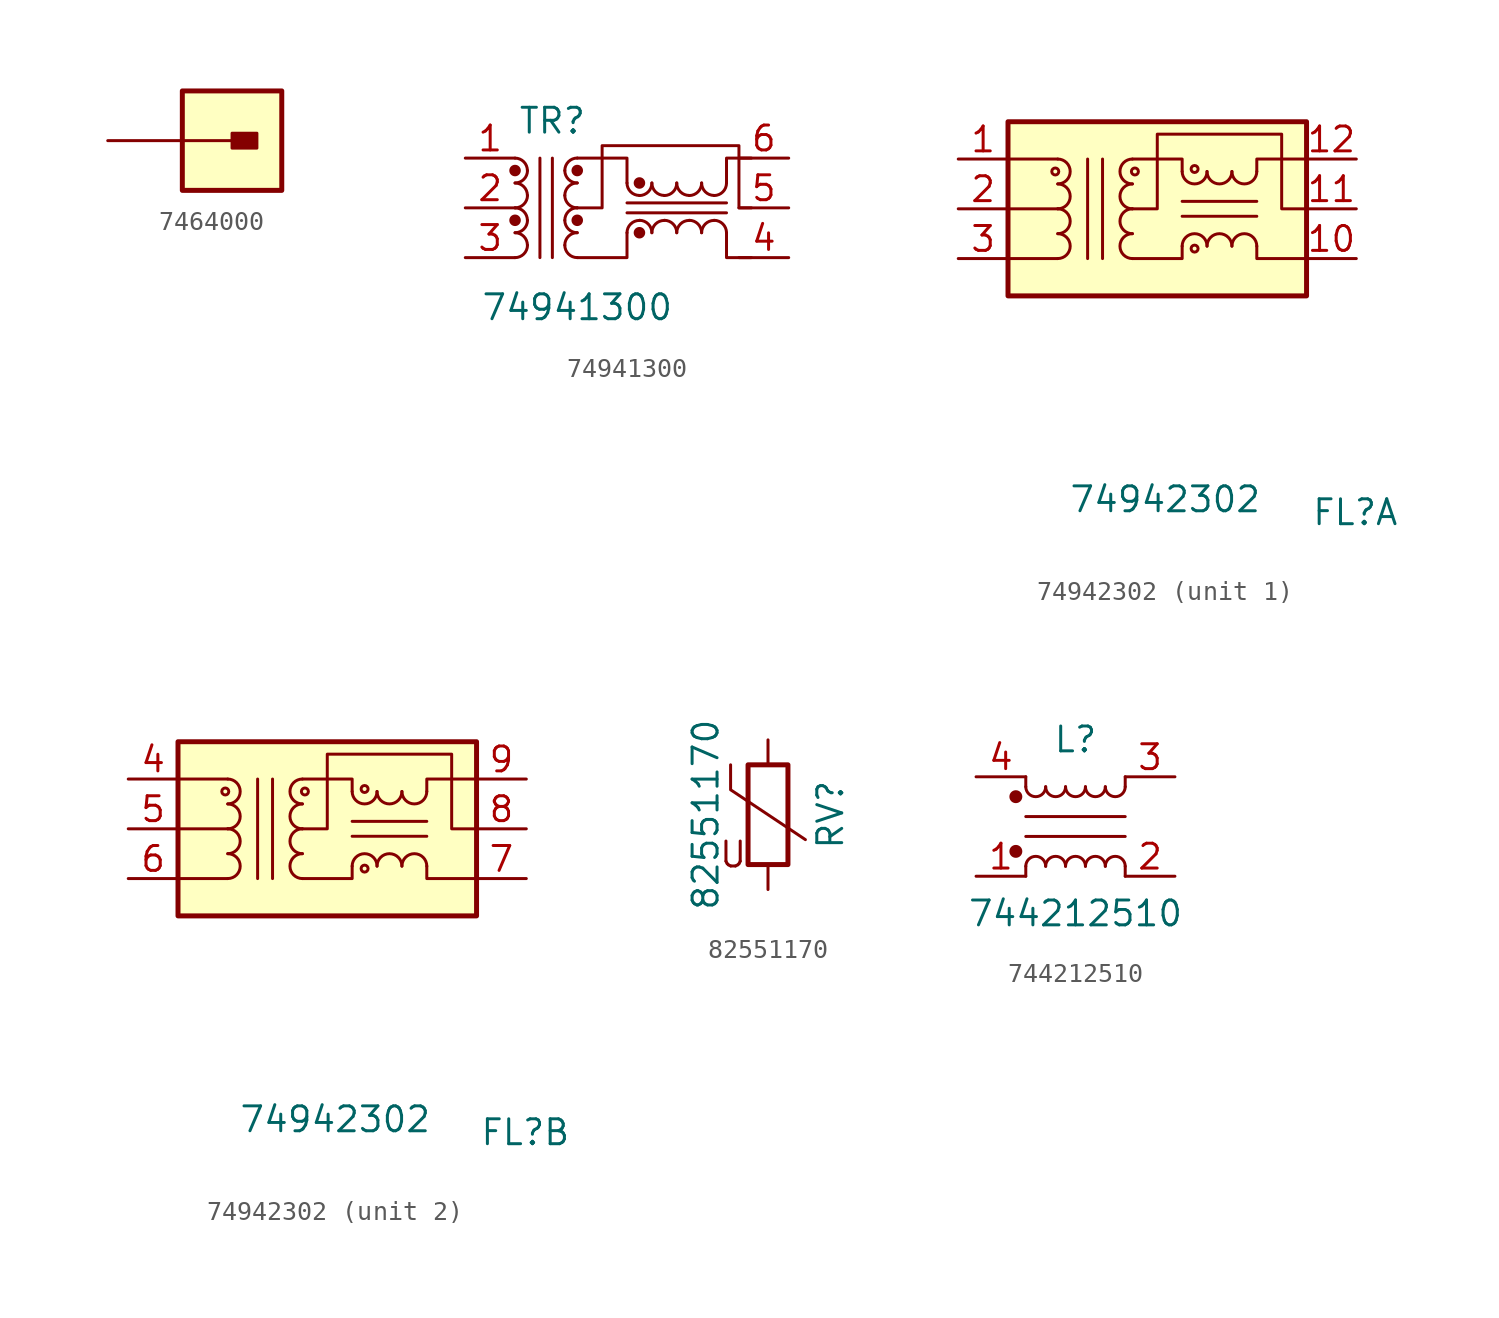
<source format=kicad_sym>
(kicad_symbol_lib
  (version 20231120)
  (generator "kicad_symbol_editor")
  (generator_version "8.0")
  (symbol "7464000"
    (pin_numbers hide)
    (pin_names hide)
    (property "Reference" "U"
      (at 2.54 5.08 0)
      (effects (font (size 1.27 1.27)) (hide yes)))
    (property "Name" ""
      (at 6.985 0 0)
      (effects (font (size 1.27 1.27))))
    (symbol "7464000_1_1"
      (polyline (pts (xy 2.54 0) (xy 0 0)) (stroke (width 0) (type default)) (fill (type none)))
      (rectangle (start 0 2.54) (end 5.08 -2.54) (stroke (width 0.254) (type default)) (fill (type background)))
      (rectangle (start 2.54 0.381) (end 3.81 -0.381) (stroke (width 0.152) (type default)) (fill (type outline)))
      (pin passive line (at -3.81 0 0) (length 3.81) (name "Pin_1" (effects (font (size 1.27 1.27)))) (number "1" (effects (font (size 1.27 1.27)))))))
  (symbol "74941300"
    (pin_names
      (offset 0) hide)
    (property "Reference" "TR"
      (at 0.635 4.445 0)
      (effects (font (size 1.27 1.27))))
    (property "Value" "74941300"
      (at 1.905 -5.08 0)
      (effects (font (size 1.27 1.27))))
    (symbol "74941300_0_1"
      (arc (start -1.27 -2.54) (mid -0.821 -2.354) (end -0.635 -1.905) (stroke (width 0) (type default)) (fill (type none)))
      (arc (start -1.27 -1.27) (mid -0.821 -1.084) (end -0.635 -0.635) (stroke (width 0) (type default)) (fill (type none)))
      (circle (center -1.27 -0.635) (radius 0.218) (stroke (width 0) (type default)) (fill (type outline)))
      (arc (start -1.27 0) (mid -0.821 0.186) (end -0.635 0.635) (stroke (width 0) (type default)) (fill (type none)))
      (arc (start -1.27 1.27) (mid -0.821 1.456) (end -0.635 1.905) (stroke (width 0) (type default)) (fill (type none)))
      (circle (center -1.27 1.905) (radius 0.218) (stroke (width 0) (type default)) (fill (type outline)))
      (arc (start -0.635 -1.905) (mid -0.821 -1.456) (end -1.27 -1.27) (stroke (width 0) (type default)) (fill (type none)))
      (arc (start -0.635 -0.635) (mid -0.821 -0.186) (end -1.27 0) (stroke (width 0) (type default)) (fill (type none)))
      (arc (start -0.635 0.635) (mid -0.821 1.084) (end -1.27 1.27) (stroke (width 0) (type default)) (fill (type none)))
      (arc (start -0.635 1.905) (mid -0.821 2.354) (end -1.27 2.54) (stroke (width 0) (type default)) (fill (type none)))
      (polyline (pts (xy 0 -2.54) (xy 0 2.54)) (stroke (width 0) (type default)) (fill (type none)))
      (polyline (pts (xy 0.635 2.54) (xy 0.635 -2.54)) (stroke (width 0) (type default)) (fill (type none)))
      (polyline (pts (xy 9.525 -0.254) (xy 4.445 -0.254)) (stroke (width 0) (type default)) (fill (type none)))
      (polyline (pts (xy 9.525 0.254) (xy 4.445 0.254)) (stroke (width 0) (type default)) (fill (type none)))
      (polyline (pts (xy 1.905 -2.54) (xy 4.445 -2.54) (xy 4.445 -1.27)) (stroke (width 0) (type default)) (fill (type none)))
      (polyline (pts (xy 4.445 1.27) (xy 4.445 2.54) (xy 1.905 2.54)) (stroke (width 0) (type default)) (fill (type none)))
      (polyline (pts (xy 9.525 -1.27) (xy 9.525 -2.54) (xy 10.795 -2.54)) (stroke (width 0) (type default)) (fill (type none)))
      (polyline (pts (xy 9.525 1.27) (xy 9.525 2.54) (xy 10.795 2.54)) (stroke (width 0) (type default)) (fill (type none)))
      (polyline (pts (xy 1.905 0) (xy 3.175 0) (xy 3.175 3.175) (xy 10.16 3.175) (xy 10.16 0) (xy 10.795 0)) (stroke (width 0) (type default)) (fill (type none)))
      (arc (start 1.27 -1.905) (mid 1.456 -2.354) (end 1.905 -2.54) (stroke (width 0) (type default)) (fill (type none)))
      (arc (start 1.27 -0.635) (mid 1.456 -1.084) (end 1.905 -1.27) (stroke (width 0) (type default)) (fill (type none)))
      (arc (start 1.27 0.635) (mid 1.456 0.186) (end 1.905 0) (stroke (width 0) (type default)) (fill (type none)))
      (arc (start 1.27 1.905) (mid 1.456 1.456) (end 1.905 1.27) (stroke (width 0) (type default)) (fill (type none)))
      (arc (start 1.905 -1.27) (mid 1.456 -1.456) (end 1.27 -1.905) (stroke (width 0) (type default)) (fill (type none)))
      (circle (center 1.905 -0.635) (radius 0.218) (stroke (width 0) (type default)) (fill (type outline)))
      (arc (start 1.905 0) (mid 1.456 -0.186) (end 1.27 -0.635) (stroke (width 0) (type default)) (fill (type none)))
      (arc (start 1.905 1.27) (mid 1.456 1.084) (end 1.27 0.635) (stroke (width 0) (type default)) (fill (type none)))
      (circle (center 1.905 1.905) (radius 0.218) (stroke (width 0) (type default)) (fill (type outline)))
      (arc (start 1.905 2.54) (mid 1.456 2.354) (end 1.27 1.905) (stroke (width 0) (type default)) (fill (type none)))
      (arc (start 4.445 1.27) (mid 4.631 0.821) (end 5.08 0.635) (stroke (width 0) (type default)) (fill (type none)))
      (circle (center 5.08 -1.27) (radius 0.218) (stroke (width 0) (type default)) (fill (type outline)))
      (arc (start 5.08 -0.635) (mid 4.631 -0.821) (end 4.445 -1.27) (stroke (width 0) (type default)) (fill (type none)))
      (arc (start 5.08 0.635) (mid 5.529 0.821) (end 5.715 1.27) (stroke (width 0) (type default)) (fill (type none)))
      (circle (center 5.08 1.27) (radius 0.218) (stroke (width 0) (type default)) (fill (type outline)))
      (arc (start 5.715 -1.27) (mid 5.529 -0.821) (end 5.08 -0.635) (stroke (width 0) (type default)) (fill (type none)))
      (arc (start 5.715 1.27) (mid 5.901 0.821) (end 6.35 0.635) (stroke (width 0) (type default)) (fill (type none)))
      (arc (start 6.35 -0.635) (mid 5.901 -0.821) (end 5.715 -1.27) (stroke (width 0) (type default)) (fill (type none)))
      (arc (start 6.35 0.635) (mid 6.799 0.821) (end 6.985 1.27) (stroke (width 0) (type default)) (fill (type none)))
      (arc (start 6.985 -1.27) (mid 6.799 -0.821) (end 6.35 -0.635) (stroke (width 0) (type default)) (fill (type none)))
      (arc (start 6.985 1.27) (mid 7.171 0.821) (end 7.62 0.635) (stroke (width 0) (type default)) (fill (type none)))
      (arc (start 7.62 -0.635) (mid 7.171 -0.821) (end 6.985 -1.27) (stroke (width 0) (type default)) (fill (type none)))
      (arc (start 7.62 0.635) (mid 8.069 0.821) (end 8.255 1.27) (stroke (width 0) (type default)) (fill (type none)))
      (arc (start 8.255 -1.27) (mid 8.069 -0.821) (end 7.62 -0.635) (stroke (width 0) (type default)) (fill (type none)))
      (arc (start 8.255 1.27) (mid 8.441 0.821) (end 8.89 0.635) (stroke (width 0) (type default)) (fill (type none)))
      (arc (start 8.89 -0.635) (mid 8.441 -0.821) (end 8.255 -1.27) (stroke (width 0) (type default)) (fill (type none)))
      (arc (start 8.89 0.635) (mid 9.339 0.821) (end 9.525 1.27) (stroke (width 0) (type default)) (fill (type none)))
      (arc (start 9.525 -1.27) (mid 9.339 -0.821) (end 8.89 -0.635) (stroke (width 0) (type default)) (fill (type none))))
    (symbol "74941300_1_1"
      (pin input line (at -3.81 2.54 0) (length 2.54) (name "1" (effects (font (size 1.27 1.27)))) (number "1" (effects (font (size 1.27 1.27)))))
      (pin input line (at -3.81 0 0) (length 2.54) (name "2" (effects (font (size 1.27 1.27)))) (number "2" (effects (font (size 1.27 1.27)))))
      (pin input line (at -3.81 -2.54 0) (length 2.54) (name "3" (effects (font (size 1.27 1.27)))) (number "3" (effects (font (size 1.27 1.27)))))
      (pin input line (at 12.7 -2.54 180) (length 2.54) (name "4" (effects (font (size 1.27 1.27)))) (number "4" (effects (font (size 1.27 1.27)))))
      (pin input line (at 12.7 0 180) (length 2.54) (name "5" (effects (font (size 1.27 1.27)))) (number "5" (effects (font (size 1.27 1.27)))))
      (pin input line (at 12.7 2.54 180) (length 2.54) (name "6" (effects (font (size 1.27 1.27)))) (number "6" (effects (font (size 1.27 1.27)))))))
  (symbol "74942302"
    (pin_names
      (offset 0.254) hide)
    (property "Reference" "FL"
      (at 10.109 -15.494 0)
      (effects (font (size 1.27 1.27))))
    (property "Value" "74942302"
      (at 0.406 -14.834 0)
      (effects (font (size 1.27 1.27))))
    (property "ki_locked" ""
      (at 0 0 0)
      (effects (font (size 1.27 1.27))))
    (symbol "74942302_1_1"
      (rectangle (start -7.62 4.445) (end 7.62 -4.445) (stroke (width 0.254) (type default)) (fill (type background)))
      (circle (center -5.207 1.905) (radius 0.178) (stroke (width 0) (type default)) (fill (type none)))
      (arc (start -5.08 -2.54) (mid -4.4477 -1.905) (end -5.08 -1.27) (stroke (width 0) (type default)) (fill (type none)))
      (arc (start -5.08 -1.27) (mid -4.4477 -0.635) (end -5.08 0) (stroke (width 0) (type default)) (fill (type none)))
      (arc (start -5.08 0) (mid -4.4477 0.635) (end -5.08 1.27) (stroke (width 0) (type default)) (fill (type none)))
      (arc (start -5.08 1.27) (mid -4.4477 1.905) (end -5.08 2.54) (stroke (width 0) (type default)) (fill (type none)))
      (arc (start -1.27 -1.27) (mid -1.9023 -1.905) (end -1.27 -2.54) (stroke (width 0) (type default)) (fill (type none)))
      (arc (start -1.27 0) (mid -1.9023 -0.635) (end -1.27 -1.27) (stroke (width 0) (type default)) (fill (type none)))
      (arc (start -1.27 1.27) (mid -1.9023 0.635) (end -1.27 0) (stroke (width 0) (type default)) (fill (type none)))
      (arc (start -1.27 2.54) (mid -1.9023 1.905) (end -1.27 1.27) (stroke (width 0) (type default)) (fill (type none)))
      (circle (center -1.143 1.905) (radius 0.178) (stroke (width 0) (type default)) (fill (type none)))
      (polyline (pts (xy -5.08 -2.54) (xy -7.62 -2.54)) (stroke (width 0) (type default)) (fill (type none)))
      (polyline (pts (xy -5.08 0) (xy -7.62 0)) (stroke (width 0) (type default)) (fill (type none)))
      (polyline (pts (xy -5.08 2.54) (xy -7.62 2.54)) (stroke (width 0) (type default)) (fill (type none)))
      (polyline (pts (xy -3.556 -2.54) (xy -3.556 2.54)) (stroke (width 0) (type default)) (fill (type none)))
      (polyline (pts (xy -2.794 2.54) (xy -2.794 -2.54)) (stroke (width 0) (type default)) (fill (type none)))
      (polyline (pts (xy 1.27 -0.381) (xy 5.08 -0.381)) (stroke (width 0) (type default)) (fill (type none)))
      (polyline (pts (xy 1.27 0.381) (xy 5.08 0.381)) (stroke (width 0) (type default)) (fill (type none)))
      (polyline (pts (xy -1.27 -2.54) (xy 1.27 -2.54) (xy 1.27 -1.905)) (stroke (width 0) (type default)) (fill (type none)))
      (polyline (pts (xy 1.27 1.905) (xy 1.27 2.54) (xy -1.27 2.54)) (stroke (width 0) (type default)) (fill (type none)))
      (polyline (pts (xy 5.08 -1.905) (xy 5.08 -2.54) (xy 7.62 -2.54)) (stroke (width 0) (type default)) (fill (type none)))
      (polyline (pts (xy 5.08 1.905) (xy 5.08 2.54) (xy 7.62 2.54)) (stroke (width 0) (type default)) (fill (type none)))
      (polyline (pts (xy -1.27 0) (xy 0 0) (xy 0 3.81) (xy 6.35 3.81) (xy 6.35 0) (xy 7.62 0)) (stroke (width 0) (type default)) (fill (type none)))
      (arc (start 1.27 1.905) (mid 1.905 1.2727) (end 2.54 1.905) (stroke (width 0) (type default)) (fill (type none)))
      (circle (center 1.905 -2.032) (radius 0.178) (stroke (width 0) (type default)) (fill (type none)))
      (circle (center 1.905 2.032) (radius 0.178) (stroke (width 0) (type default)) (fill (type none)))
      (arc (start 2.54 -1.905) (mid 1.905 -1.2727) (end 1.27 -1.905) (stroke (width 0) (type default)) (fill (type none)))
      (arc (start 2.54 1.905) (mid 3.175 1.2727) (end 3.81 1.905) (stroke (width 0) (type default)) (fill (type none)))
      (arc (start 3.81 -1.905) (mid 3.175 -1.2727) (end 2.54 -1.905) (stroke (width 0) (type default)) (fill (type none)))
      (arc (start 3.81 1.905) (mid 4.445 1.2727) (end 5.08 1.905) (stroke (width 0) (type default)) (fill (type none)))
      (arc (start 5.08 -1.905) (mid 4.445 -1.2727) (end 3.81 -1.905) (stroke (width 0) (type default)) (fill (type none)))
      (pin passive line (at -10.16 2.54 0) (length 2.54) (name "RD+" (effects (font (size 1.27 1.27)))) (number "1" (effects (font (size 1.27 1.27)))))
      (pin passive line (at 10.16 -2.54 180) (length 2.54) (name "RX-" (effects (font (size 1.27 1.27)))) (number "10" (effects (font (size 1.27 1.27)))))
      (pin passive line (at 10.16 0 180) (length 2.54) (name "11" (effects (font (size 1.27 1.27)))) (number "11" (effects (font (size 1.27 1.27)))))
      (pin passive line (at 10.16 2.54 180) (length 2.54) (name "12" (effects (font (size 1.27 1.27)))) (number "12" (effects (font (size 1.27 1.27)))))
      (pin passive line (at -10.16 0 0) (length 2.54) (name "RCT" (effects (font (size 1.27 1.27)))) (number "2" (effects (font (size 1.27 1.27)))))
      (pin passive line (at -10.16 -2.54 0) (length 2.54) (name "RD-" (effects (font (size 1.27 1.27)))) (number "3" (effects (font (size 1.27 1.27))))))
    (symbol "74942302_2_1"
      (rectangle (start -7.62 4.445) (end 7.62 -4.445) (stroke (width 0.254) (type default)) (fill (type background)))
      (circle (center -5.207 1.905) (radius 0.178) (stroke (width 0) (type default)) (fill (type none)))
      (arc (start -5.08 -2.54) (mid -4.4477 -1.905) (end -5.08 -1.27) (stroke (width 0) (type default)) (fill (type none)))
      (arc (start -5.08 -1.27) (mid -4.4477 -0.635) (end -5.08 0) (stroke (width 0) (type default)) (fill (type none)))
      (arc (start -5.08 0) (mid -4.4477 0.635) (end -5.08 1.27) (stroke (width 0) (type default)) (fill (type none)))
      (arc (start -5.08 1.27) (mid -4.4477 1.905) (end -5.08 2.54) (stroke (width 0) (type default)) (fill (type none)))
      (arc (start -1.27 -1.27) (mid -1.9023 -1.905) (end -1.27 -2.54) (stroke (width 0) (type default)) (fill (type none)))
      (arc (start -1.27 0) (mid -1.9023 -0.635) (end -1.27 -1.27) (stroke (width 0) (type default)) (fill (type none)))
      (arc (start -1.27 1.27) (mid -1.9023 0.635) (end -1.27 0) (stroke (width 0) (type default)) (fill (type none)))
      (arc (start -1.27 2.54) (mid -1.9023 1.905) (end -1.27 1.27) (stroke (width 0) (type default)) (fill (type none)))
      (circle (center -1.143 1.905) (radius 0.178) (stroke (width 0) (type default)) (fill (type none)))
      (polyline (pts (xy -5.08 -2.54) (xy -7.62 -2.54)) (stroke (width 0) (type default)) (fill (type none)))
      (polyline (pts (xy -5.08 0) (xy -7.62 0)) (stroke (width 0) (type default)) (fill (type none)))
      (polyline (pts (xy -5.08 2.54) (xy -7.62 2.54)) (stroke (width 0) (type default)) (fill (type none)))
      (polyline (pts (xy -3.556 -2.54) (xy -3.556 2.54)) (stroke (width 0) (type default)) (fill (type none)))
      (polyline (pts (xy -2.794 2.54) (xy -2.794 -2.54)) (stroke (width 0) (type default)) (fill (type none)))
      (polyline (pts (xy 1.27 -0.381) (xy 5.08 -0.381)) (stroke (width 0) (type default)) (fill (type none)))
      (polyline (pts (xy 1.27 0.381) (xy 5.08 0.381)) (stroke (width 0) (type default)) (fill (type none)))
      (polyline (pts (xy -1.27 -2.54) (xy 1.27 -2.54) (xy 1.27 -1.905)) (stroke (width 0) (type default)) (fill (type none)))
      (polyline (pts (xy 1.27 1.905) (xy 1.27 2.54) (xy -1.27 2.54)) (stroke (width 0) (type default)) (fill (type none)))
      (polyline (pts (xy 5.08 -1.905) (xy 5.08 -2.54) (xy 7.62 -2.54)) (stroke (width 0) (type default)) (fill (type none)))
      (polyline (pts (xy 5.08 1.905) (xy 5.08 2.54) (xy 7.62 2.54)) (stroke (width 0) (type default)) (fill (type none)))
      (polyline (pts (xy -1.27 0) (xy 0 0) (xy 0 3.81) (xy 6.35 3.81) (xy 6.35 0) (xy 7.62 0)) (stroke (width 0) (type default)) (fill (type none)))
      (arc (start 1.27 1.905) (mid 1.905 1.2727) (end 2.54 1.905) (stroke (width 0) (type default)) (fill (type none)))
      (circle (center 1.905 -2.032) (radius 0.178) (stroke (width 0) (type default)) (fill (type none)))
      (circle (center 1.905 2.032) (radius 0.178) (stroke (width 0) (type default)) (fill (type none)))
      (arc (start 2.54 -1.905) (mid 1.905 -1.2727) (end 1.27 -1.905) (stroke (width 0) (type default)) (fill (type none)))
      (arc (start 2.54 1.905) (mid 3.175 1.2727) (end 3.81 1.905) (stroke (width 0) (type default)) (fill (type none)))
      (arc (start 3.81 -1.905) (mid 3.175 -1.2727) (end 2.54 -1.905) (stroke (width 0) (type default)) (fill (type none)))
      (arc (start 3.81 1.905) (mid 4.445 1.2727) (end 5.08 1.905) (stroke (width 0) (type default)) (fill (type none)))
      (arc (start 5.08 -1.905) (mid 4.445 -1.2727) (end 3.81 -1.905) (stroke (width 0) (type default)) (fill (type none)))
      (pin passive line (at -10.16 2.54 0) (length 2.54) (name "4" (effects (font (size 1.27 1.27)))) (number "4" (effects (font (size 1.27 1.27)))))
      (pin passive line (at -10.16 0 0) (length 2.54) (name "5" (effects (font (size 1.27 1.27)))) (number "5" (effects (font (size 1.27 1.27)))))
      (pin passive line (at -10.16 -2.54 0) (length 2.54) (name "6" (effects (font (size 1.27 1.27)))) (number "6" (effects (font (size 1.27 1.27)))))
      (pin passive line (at 10.16 -2.54 180) (length 2.54) (name "7" (effects (font (size 1.27 1.27)))) (number "7" (effects (font (size 1.27 1.27)))))
      (pin passive line (at 10.16 0 180) (length 2.54) (name "8" (effects (font (size 1.27 1.27)))) (number "8" (effects (font (size 1.27 1.27)))))
      (pin passive line (at 10.16 2.54 180) (length 2.54) (name "9" (effects (font (size 1.27 1.27)))) (number "9" (effects (font (size 1.27 1.27)))))))
  (symbol "82551170"
    (pin_numbers hide)
    (pin_names
      (offset 0))
    (property "Reference" "RV"
      (at 3.175 0 90)
      (effects (font (size 1.27 1.27))))
    (property "Value" "82551170"
      (at -3.175 0 90)
      (effects (font (size 1.27 1.27))))
    (symbol "82551170_0_0"
      (text "U" (at -1.778 -2.032 0) (effects (font (size 1.27 1.27)))))
    (symbol "82551170_0_1"
      (rectangle (start -1.016 -2.54) (end 1.016 2.54) (stroke (width 0.254) (type default)) (fill (type none)))
      (polyline (pts (xy -1.905 2.54) (xy -1.905 1.27) (xy 1.905 -1.27)) (stroke (width 0) (type default)) (fill (type none))))
    (symbol "82551170_1_1"
      (pin passive line (at 0 3.81 270) (length 1.27) (name "~" (effects (font (size 1.27 1.27)))) (number "1" (effects (font (size 1.27 1.27)))))
      (pin passive line (at 0 -3.81 90) (length 1.27) (name "~" (effects (font (size 1.27 1.27)))) (number "2" (effects (font (size 1.27 1.27)))))))
  (symbol "744212510"
    (pin_names
      (offset 0.254) hide)
    (property "Reference" "L"
      (at 0 4.445 0)
      (effects (font (size 1.27 1.27))))
    (property "Value" "744212510"
      (at 0 -4.445 0)
      (effects (font (size 1.27 1.27))))
    (symbol "744212510_0_1"
      (circle (center -3.048 -1.27) (radius 0.254) (stroke (width 0) (type default)) (fill (type outline)))
      (circle (center -3.048 1.524) (radius 0.254) (stroke (width 0) (type default)) (fill (type outline)))
      (arc (start -2.54 2.032) (mid -2.032 1.5262) (end -1.524 2.032) (stroke (width 0) (type default)) (fill (type none)))
      (arc (start -1.524 -2.032) (mid -2.032 -1.5262) (end -2.54 -2.032) (stroke (width 0) (type default)) (fill (type none)))
      (arc (start -1.524 2.032) (mid -1.016 1.5262) (end -0.508 2.032) (stroke (width 0) (type default)) (fill (type none)))
      (arc (start -0.508 -2.032) (mid -1.016 -1.5262) (end -1.524 -2.032) (stroke (width 0) (type default)) (fill (type none)))
      (arc (start -0.508 2.032) (mid 0 1.5262) (end 0.508 2.032) (stroke (width 0) (type default)) (fill (type none)))
      (polyline (pts (xy -2.54 -2.032) (xy -2.54 -2.54)) (stroke (width 0) (type default)) (fill (type none)))
      (polyline (pts (xy -2.54 0.508) (xy 2.54 0.508)) (stroke (width 0) (type default)) (fill (type none)))
      (polyline (pts (xy -2.54 2.032) (xy -2.54 2.54)) (stroke (width 0) (type default)) (fill (type none)))
      (polyline (pts (xy 2.54 -2.032) (xy 2.54 -2.54)) (stroke (width 0) (type default)) (fill (type none)))
      (polyline (pts (xy 2.54 -0.508) (xy -2.54 -0.508)) (stroke (width 0) (type default)) (fill (type none)))
      (polyline (pts (xy 2.54 2.54) (xy 2.54 2.032)) (stroke (width 0) (type default)) (fill (type none)))
      (arc (start 0.508 -2.032) (mid 0 -1.5262) (end -0.508 -2.032) (stroke (width 0) (type default)) (fill (type none)))
      (arc (start 0.508 2.032) (mid 1.016 1.5262) (end 1.524 2.032) (stroke (width 0) (type default)) (fill (type none)))
      (arc (start 1.524 -2.032) (mid 1.016 -1.5262) (end 0.508 -2.032) (stroke (width 0) (type default)) (fill (type none)))
      (arc (start 1.524 2.032) (mid 2.032 1.5262) (end 2.54 2.032) (stroke (width 0) (type default)) (fill (type none)))
      (arc (start 2.54 -2.032) (mid 2.032 -1.5262) (end 1.524 -2.032) (stroke (width 0) (type default)) (fill (type none))))
    (symbol "744212510_1_1"
      (pin passive line (at -5.08 -2.54 0) (length 2.54) (name "1" (effects (font (size 1.27 1.27)))) (number "1" (effects (font (size 1.27 1.27)))))
      (pin passive line (at 5.08 -2.54 180) (length 2.54) (name "2" (effects (font (size 1.27 1.27)))) (number "2" (effects (font (size 1.27 1.27)))))
      (pin passive line (at 5.08 2.54 180) (length 2.54) (name "3" (effects (font (size 1.27 1.27)))) (number "3" (effects (font (size 1.27 1.27)))))
      (pin passive line (at -5.08 2.54 0) (length 2.54) (name "4" (effects (font (size 1.27 1.27)))) (number "4" (effects (font (size 1.27 1.27))))))))
</source>
